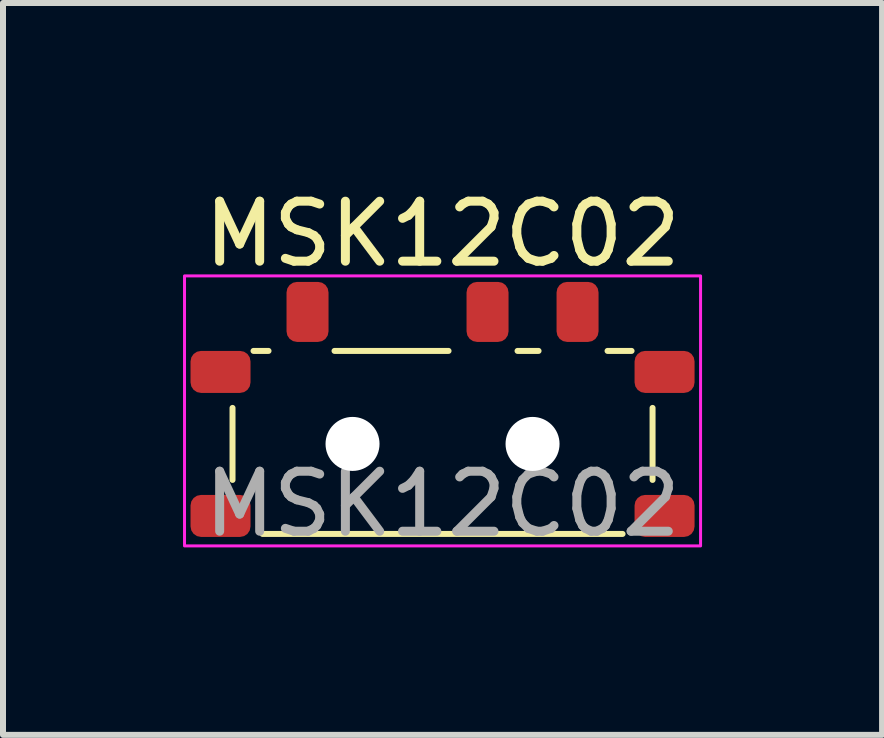
<source format=kicad_pcb>
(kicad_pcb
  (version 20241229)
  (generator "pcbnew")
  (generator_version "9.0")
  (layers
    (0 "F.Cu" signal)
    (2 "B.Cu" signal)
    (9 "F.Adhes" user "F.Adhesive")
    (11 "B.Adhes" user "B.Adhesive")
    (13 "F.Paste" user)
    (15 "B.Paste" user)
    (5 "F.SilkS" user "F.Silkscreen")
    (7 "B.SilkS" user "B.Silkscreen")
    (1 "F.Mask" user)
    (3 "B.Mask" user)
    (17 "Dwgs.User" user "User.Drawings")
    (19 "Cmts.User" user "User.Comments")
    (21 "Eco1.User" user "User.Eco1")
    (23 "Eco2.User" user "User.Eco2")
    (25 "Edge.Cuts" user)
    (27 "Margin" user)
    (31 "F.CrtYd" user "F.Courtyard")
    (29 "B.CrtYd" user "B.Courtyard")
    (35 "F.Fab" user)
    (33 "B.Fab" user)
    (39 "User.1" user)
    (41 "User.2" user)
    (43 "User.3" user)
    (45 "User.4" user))
  (footprint "MSK12C02"
    (layer "F.Cu")
    (at 4.325 4.348)
    (property "Reference" "MSK12C02" (at 0 -3.5 0) (unlocked yes) (layer "F.SilkS") (effects (font (size 1 1) (thickness 0.15))))
    (attr smd)
    (fp_line (start -3.5 0.6) (end -3.5 -0.6) (stroke (width 0.1) (type default)) (layer "F.SilkS"))
    (fp_line (start -3.15 -1.55) (end -2.9 -1.55) (stroke (width 0.1) (type default)) (layer "F.SilkS"))
    (fp_line (start -3 1.5) (end 3 1.5) (stroke (width 0.1) (type default)) (layer "F.SilkS"))
    (fp_line (start 0.1 -1.55) (end -1.8 -1.55) (stroke (width 0.1) (type default)) (layer "F.SilkS"))
    (fp_line (start 1.25 -1.55) (end 1.6 -1.55) (stroke (width 0.1) (type default)) (layer "F.SilkS"))
    (fp_line (start 2.75 -1.55) (end 3.15 -1.55) (stroke (width 0.1) (type default)) (layer "F.SilkS"))
    (fp_line (start 3.5 -0.6) (end 3.5 0.6) (stroke (width 0.1) (type default)) (layer "F.SilkS"))
    (fp_rect (start -4.3 -2.8) (end 4.3 1.7) (stroke (width 0.05) (type default)) (fill no) (layer "F.CrtYd"))
    (fp_text user "${REFERENCE}" (at 0 1 0) (unlocked yes) (layer "F.Fab") (effects (font (size 1 1) (thickness 0.15))))
    (pad "" np_thru_hole circle (at -1.5 0) (size 0.9 0.9) (drill 0.9) (layers "*.Cu" "*.Mask"))
    (pad "" np_thru_hole circle (at 1.5 0) (size 0.9 0.9) (drill 0.9) (layers "*.Cu" "*.Mask"))
    (pad "1" smd roundrect (at -2.25 -2.2 90) (size 1 0.7) (layers "F.Cu" "F.Mask" "F.Paste") (roundrect_rratio 0.25))
    (pad "2" smd roundrect (at 0.75 -2.2 90) (size 1 0.7) (layers "F.Cu" "F.Mask" "F.Paste") (roundrect_rratio 0.25))
    (pad "3" smd roundrect (at 2.25 -2.2 90) (size 1 0.7) (layers "F.Cu" "F.Mask" "F.Paste") (roundrect_rratio 0.25))
    (pad "SH" smd roundrect (at -3.7 -1.2) (size 1 0.7) (layers "F.Cu" "F.Mask" "F.Paste") (roundrect_rratio 0.25))
    (pad "SH" smd roundrect (at -3.7 1.2) (size 1 0.7) (layers "F.Cu" "F.Mask" "F.Paste") (roundrect_rratio 0.25))
    (pad "SH" smd roundrect (at 3.7 -1.2) (size 1 0.7) (layers "F.Cu" "F.Mask" "F.Paste") (roundrect_rratio 0.25))
    (pad "SH" smd roundrect (at 3.7 1.2) (size 1 0.7) (layers "F.Cu" "F.Mask" "F.Paste") (roundrect_rratio 0.25)))
  (gr_rect
    (start -3 -3)
    (end 11.65 9.197)
    (stroke (width 0.1) (type default))
    (fill no)
    (layer "Edge.Cuts")))
</source>
